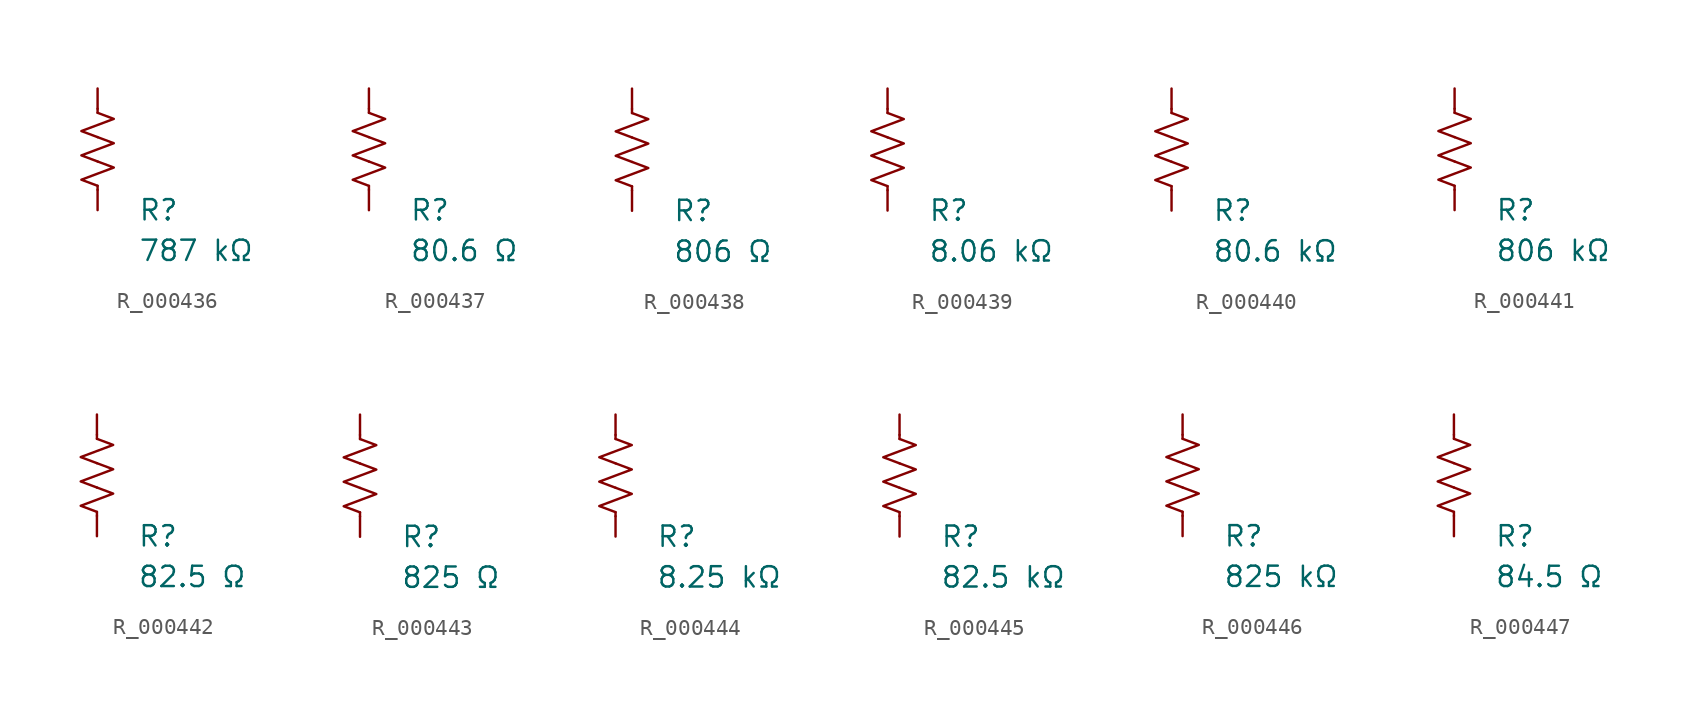
<source format=kicad_sym>
(kicad_symbol_lib
  (version 20231120)
  (generator "kicad_symbol_editor")
  (generator_version "8.0")
  (symbol "R_000436"
    (pin_numbers hide)
    (pin_names
      (offset 0))
    (property "Reference" "R"
      (at 2.54 -3.81 0)
      (effects (font (size 1.27 1.27)) (justify left))
      (show_name no))
    (property "Value" "787 kΩ"
      (at 2.54 -6.35 0)
      (effects (font (size 1.27 1.27)) (justify left))
      (show_name no))
    (symbol "R_000436_0_1"
      (polyline (pts (xy 0 -2.286) (xy 0 -2.54)) (stroke (width 0) (type default)) (fill (type none)))
      (polyline (pts (xy 0 2.286) (xy 0 2.54)) (stroke (width 0) (type default)) (fill (type none)))
      (polyline (pts (xy 0 -0.762) (xy 1.016 -1.143) (xy 0 -1.524) (xy -1.016 -1.905) (xy 0 -2.286)) (stroke (width 0) (type default)) (fill (type none)))
      (polyline (pts (xy 0 0.762) (xy 1.016 0.381) (xy 0 0) (xy -1.016 -0.381) (xy 0 -0.762)) (stroke (width 0) (type default)) (fill (type none)))
      (polyline (pts (xy 0 2.286) (xy 1.016 1.905) (xy 0 1.524) (xy -1.016 1.143) (xy 0 0.762)) (stroke (width 0) (type default)) (fill (type none))))
    (symbol "R_000436_1_1"
      (pin passive line (at 0 3.81 270) (length 1.27) (name "~" (effects (font (size 1.27 1.27)))) (number "1" (effects (font (size 1.27 1.27)))))
      (pin passive line (at 0 -3.81 90) (length 1.27) (name "~" (effects (font (size 1.27 1.27)))) (number "2" (effects (font (size 1.27 1.27)))))))
  (symbol "R_000437"
    (pin_numbers hide)
    (pin_names
      (offset 0))
    (property "Reference" "R"
      (at 2.54 -3.81 0)
      (effects (font (size 1.27 1.27)) (justify left))
      (show_name no))
    (property "Value" "80.6 Ω"
      (at 2.54 -6.35 0)
      (effects (font (size 1.27 1.27)) (justify left))
      (show_name no))
    (symbol "R_000437_0_1"
      (polyline (pts (xy 0 -2.286) (xy 0 -2.54)) (stroke (width 0) (type default)) (fill (type none)))
      (polyline (pts (xy 0 2.286) (xy 0 2.54)) (stroke (width 0) (type default)) (fill (type none)))
      (polyline (pts (xy 0 -0.762) (xy 1.016 -1.143) (xy 0 -1.524) (xy -1.016 -1.905) (xy 0 -2.286)) (stroke (width 0) (type default)) (fill (type none)))
      (polyline (pts (xy 0 0.762) (xy 1.016 0.381) (xy 0 0) (xy -1.016 -0.381) (xy 0 -0.762)) (stroke (width 0) (type default)) (fill (type none)))
      (polyline (pts (xy 0 2.286) (xy 1.016 1.905) (xy 0 1.524) (xy -1.016 1.143) (xy 0 0.762)) (stroke (width 0) (type default)) (fill (type none))))
    (symbol "R_000437_1_1"
      (pin passive line (at 0 3.81 270) (length 1.27) (name "~" (effects (font (size 1.27 1.27)))) (number "1" (effects (font (size 1.27 1.27)))))
      (pin passive line (at 0 -3.81 90) (length 1.27) (name "~" (effects (font (size 1.27 1.27)))) (number "2" (effects (font (size 1.27 1.27)))))))
  (symbol "R_000438"
    (pin_numbers hide)
    (pin_names
      (offset 0))
    (property "Reference" "R"
      (at 2.54 -3.81 0)
      (effects (font (size 1.27 1.27)) (justify left))
      (show_name no))
    (property "Value" "806 Ω"
      (at 2.54 -6.35 0)
      (effects (font (size 1.27 1.27)) (justify left))
      (show_name no))
    (symbol "R_000438_0_1"
      (polyline (pts (xy 0 -2.286) (xy 0 -2.54)) (stroke (width 0) (type default)) (fill (type none)))
      (polyline (pts (xy 0 2.286) (xy 0 2.54)) (stroke (width 0) (type default)) (fill (type none)))
      (polyline (pts (xy 0 -0.762) (xy 1.016 -1.143) (xy 0 -1.524) (xy -1.016 -1.905) (xy 0 -2.286)) (stroke (width 0) (type default)) (fill (type none)))
      (polyline (pts (xy 0 0.762) (xy 1.016 0.381) (xy 0 0) (xy -1.016 -0.381) (xy 0 -0.762)) (stroke (width 0) (type default)) (fill (type none)))
      (polyline (pts (xy 0 2.286) (xy 1.016 1.905) (xy 0 1.524) (xy -1.016 1.143) (xy 0 0.762)) (stroke (width 0) (type default)) (fill (type none))))
    (symbol "R_000438_1_1"
      (pin passive line (at 0 3.81 270) (length 1.27) (name "~" (effects (font (size 1.27 1.27)))) (number "1" (effects (font (size 1.27 1.27)))))
      (pin passive line (at 0 -3.81 90) (length 1.27) (name "~" (effects (font (size 1.27 1.27)))) (number "2" (effects (font (size 1.27 1.27)))))))
  (symbol "R_000439"
    (pin_numbers hide)
    (pin_names
      (offset 0))
    (property "Reference" "R"
      (at 2.54 -3.81 0)
      (effects (font (size 1.27 1.27)) (justify left))
      (show_name no))
    (property "Value" "8.06 kΩ"
      (at 2.54 -6.35 0)
      (effects (font (size 1.27 1.27)) (justify left))
      (show_name no))
    (symbol "R_000439_0_1"
      (polyline (pts (xy 0 -2.286) (xy 0 -2.54)) (stroke (width 0) (type default)) (fill (type none)))
      (polyline (pts (xy 0 2.286) (xy 0 2.54)) (stroke (width 0) (type default)) (fill (type none)))
      (polyline (pts (xy 0 -0.762) (xy 1.016 -1.143) (xy 0 -1.524) (xy -1.016 -1.905) (xy 0 -2.286)) (stroke (width 0) (type default)) (fill (type none)))
      (polyline (pts (xy 0 0.762) (xy 1.016 0.381) (xy 0 0) (xy -1.016 -0.381) (xy 0 -0.762)) (stroke (width 0) (type default)) (fill (type none)))
      (polyline (pts (xy 0 2.286) (xy 1.016 1.905) (xy 0 1.524) (xy -1.016 1.143) (xy 0 0.762)) (stroke (width 0) (type default)) (fill (type none))))
    (symbol "R_000439_1_1"
      (pin passive line (at 0 3.81 270) (length 1.27) (name "~" (effects (font (size 1.27 1.27)))) (number "1" (effects (font (size 1.27 1.27)))))
      (pin passive line (at 0 -3.81 90) (length 1.27) (name "~" (effects (font (size 1.27 1.27)))) (number "2" (effects (font (size 1.27 1.27)))))))
  (symbol "R_000440"
    (pin_numbers hide)
    (pin_names
      (offset 0))
    (property "Reference" "R"
      (at 2.54 -3.81 0)
      (effects (font (size 1.27 1.27)) (justify left))
      (show_name no))
    (property "Value" "80.6 kΩ"
      (at 2.54 -6.35 0)
      (effects (font (size 1.27 1.27)) (justify left))
      (show_name no))
    (symbol "R_000440_0_1"
      (polyline (pts (xy 0 -2.286) (xy 0 -2.54)) (stroke (width 0) (type default)) (fill (type none)))
      (polyline (pts (xy 0 2.286) (xy 0 2.54)) (stroke (width 0) (type default)) (fill (type none)))
      (polyline (pts (xy 0 -0.762) (xy 1.016 -1.143) (xy 0 -1.524) (xy -1.016 -1.905) (xy 0 -2.286)) (stroke (width 0) (type default)) (fill (type none)))
      (polyline (pts (xy 0 0.762) (xy 1.016 0.381) (xy 0 0) (xy -1.016 -0.381) (xy 0 -0.762)) (stroke (width 0) (type default)) (fill (type none)))
      (polyline (pts (xy 0 2.286) (xy 1.016 1.905) (xy 0 1.524) (xy -1.016 1.143) (xy 0 0.762)) (stroke (width 0) (type default)) (fill (type none))))
    (symbol "R_000440_1_1"
      (pin passive line (at 0 3.81 270) (length 1.27) (name "~" (effects (font (size 1.27 1.27)))) (number "1" (effects (font (size 1.27 1.27)))))
      (pin passive line (at 0 -3.81 90) (length 1.27) (name "~" (effects (font (size 1.27 1.27)))) (number "2" (effects (font (size 1.27 1.27)))))))
  (symbol "R_000441"
    (pin_numbers hide)
    (pin_names
      (offset 0))
    (property "Reference" "R"
      (at 2.54 -3.81 0)
      (effects (font (size 1.27 1.27)) (justify left))
      (show_name no))
    (property "Value" "806 kΩ"
      (at 2.54 -6.35 0)
      (effects (font (size 1.27 1.27)) (justify left))
      (show_name no))
    (symbol "R_000441_0_1"
      (polyline (pts (xy 0 -2.286) (xy 0 -2.54)) (stroke (width 0) (type default)) (fill (type none)))
      (polyline (pts (xy 0 2.286) (xy 0 2.54)) (stroke (width 0) (type default)) (fill (type none)))
      (polyline (pts (xy 0 -0.762) (xy 1.016 -1.143) (xy 0 -1.524) (xy -1.016 -1.905) (xy 0 -2.286)) (stroke (width 0) (type default)) (fill (type none)))
      (polyline (pts (xy 0 0.762) (xy 1.016 0.381) (xy 0 0) (xy -1.016 -0.381) (xy 0 -0.762)) (stroke (width 0) (type default)) (fill (type none)))
      (polyline (pts (xy 0 2.286) (xy 1.016 1.905) (xy 0 1.524) (xy -1.016 1.143) (xy 0 0.762)) (stroke (width 0) (type default)) (fill (type none))))
    (symbol "R_000441_1_1"
      (pin passive line (at 0 3.81 270) (length 1.27) (name "~" (effects (font (size 1.27 1.27)))) (number "1" (effects (font (size 1.27 1.27)))))
      (pin passive line (at 0 -3.81 90) (length 1.27) (name "~" (effects (font (size 1.27 1.27)))) (number "2" (effects (font (size 1.27 1.27)))))))
  (symbol "R_000442"
    (pin_numbers hide)
    (pin_names
      (offset 0))
    (property "Reference" "R"
      (at 2.54 -3.81 0)
      (effects (font (size 1.27 1.27)) (justify left))
      (show_name no))
    (property "Value" "82.5 Ω"
      (at 2.54 -6.35 0)
      (effects (font (size 1.27 1.27)) (justify left))
      (show_name no))
    (symbol "R_000442_0_1"
      (polyline (pts (xy 0 -2.286) (xy 0 -2.54)) (stroke (width 0) (type default)) (fill (type none)))
      (polyline (pts (xy 0 2.286) (xy 0 2.54)) (stroke (width 0) (type default)) (fill (type none)))
      (polyline (pts (xy 0 -0.762) (xy 1.016 -1.143) (xy 0 -1.524) (xy -1.016 -1.905) (xy 0 -2.286)) (stroke (width 0) (type default)) (fill (type none)))
      (polyline (pts (xy 0 0.762) (xy 1.016 0.381) (xy 0 0) (xy -1.016 -0.381) (xy 0 -0.762)) (stroke (width 0) (type default)) (fill (type none)))
      (polyline (pts (xy 0 2.286) (xy 1.016 1.905) (xy 0 1.524) (xy -1.016 1.143) (xy 0 0.762)) (stroke (width 0) (type default)) (fill (type none))))
    (symbol "R_000442_1_1"
      (pin passive line (at 0 3.81 270) (length 1.27) (name "~" (effects (font (size 1.27 1.27)))) (number "1" (effects (font (size 1.27 1.27)))))
      (pin passive line (at 0 -3.81 90) (length 1.27) (name "~" (effects (font (size 1.27 1.27)))) (number "2" (effects (font (size 1.27 1.27)))))))
  (symbol "R_000443"
    (pin_numbers hide)
    (pin_names
      (offset 0))
    (property "Reference" "R"
      (at 2.54 -3.81 0)
      (effects (font (size 1.27 1.27)) (justify left))
      (show_name no))
    (property "Value" "825 Ω"
      (at 2.54 -6.35 0)
      (effects (font (size 1.27 1.27)) (justify left))
      (show_name no))
    (symbol "R_000443_0_1"
      (polyline (pts (xy 0 -2.286) (xy 0 -2.54)) (stroke (width 0) (type default)) (fill (type none)))
      (polyline (pts (xy 0 2.286) (xy 0 2.54)) (stroke (width 0) (type default)) (fill (type none)))
      (polyline (pts (xy 0 -0.762) (xy 1.016 -1.143) (xy 0 -1.524) (xy -1.016 -1.905) (xy 0 -2.286)) (stroke (width 0) (type default)) (fill (type none)))
      (polyline (pts (xy 0 0.762) (xy 1.016 0.381) (xy 0 0) (xy -1.016 -0.381) (xy 0 -0.762)) (stroke (width 0) (type default)) (fill (type none)))
      (polyline (pts (xy 0 2.286) (xy 1.016 1.905) (xy 0 1.524) (xy -1.016 1.143) (xy 0 0.762)) (stroke (width 0) (type default)) (fill (type none))))
    (symbol "R_000443_1_1"
      (pin passive line (at 0 3.81 270) (length 1.27) (name "~" (effects (font (size 1.27 1.27)))) (number "1" (effects (font (size 1.27 1.27)))))
      (pin passive line (at 0 -3.81 90) (length 1.27) (name "~" (effects (font (size 1.27 1.27)))) (number "2" (effects (font (size 1.27 1.27)))))))
  (symbol "R_000444"
    (pin_numbers hide)
    (pin_names
      (offset 0))
    (property "Reference" "R"
      (at 2.54 -3.81 0)
      (effects (font (size 1.27 1.27)) (justify left))
      (show_name no))
    (property "Value" "8.25 kΩ"
      (at 2.54 -6.35 0)
      (effects (font (size 1.27 1.27)) (justify left))
      (show_name no))
    (symbol "R_000444_0_1"
      (polyline (pts (xy 0 -2.286) (xy 0 -2.54)) (stroke (width 0) (type default)) (fill (type none)))
      (polyline (pts (xy 0 2.286) (xy 0 2.54)) (stroke (width 0) (type default)) (fill (type none)))
      (polyline (pts (xy 0 -0.762) (xy 1.016 -1.143) (xy 0 -1.524) (xy -1.016 -1.905) (xy 0 -2.286)) (stroke (width 0) (type default)) (fill (type none)))
      (polyline (pts (xy 0 0.762) (xy 1.016 0.381) (xy 0 0) (xy -1.016 -0.381) (xy 0 -0.762)) (stroke (width 0) (type default)) (fill (type none)))
      (polyline (pts (xy 0 2.286) (xy 1.016 1.905) (xy 0 1.524) (xy -1.016 1.143) (xy 0 0.762)) (stroke (width 0) (type default)) (fill (type none))))
    (symbol "R_000444_1_1"
      (pin passive line (at 0 3.81 270) (length 1.27) (name "~" (effects (font (size 1.27 1.27)))) (number "1" (effects (font (size 1.27 1.27)))))
      (pin passive line (at 0 -3.81 90) (length 1.27) (name "~" (effects (font (size 1.27 1.27)))) (number "2" (effects (font (size 1.27 1.27)))))))
  (symbol "R_000445"
    (pin_numbers hide)
    (pin_names
      (offset 0))
    (property "Reference" "R"
      (at 2.54 -3.81 0)
      (effects (font (size 1.27 1.27)) (justify left))
      (show_name no))
    (property "Value" "82.5 kΩ"
      (at 2.54 -6.35 0)
      (effects (font (size 1.27 1.27)) (justify left))
      (show_name no))
    (symbol "R_000445_0_1"
      (polyline (pts (xy 0 -2.286) (xy 0 -2.54)) (stroke (width 0) (type default)) (fill (type none)))
      (polyline (pts (xy 0 2.286) (xy 0 2.54)) (stroke (width 0) (type default)) (fill (type none)))
      (polyline (pts (xy 0 -0.762) (xy 1.016 -1.143) (xy 0 -1.524) (xy -1.016 -1.905) (xy 0 -2.286)) (stroke (width 0) (type default)) (fill (type none)))
      (polyline (pts (xy 0 0.762) (xy 1.016 0.381) (xy 0 0) (xy -1.016 -0.381) (xy 0 -0.762)) (stroke (width 0) (type default)) (fill (type none)))
      (polyline (pts (xy 0 2.286) (xy 1.016 1.905) (xy 0 1.524) (xy -1.016 1.143) (xy 0 0.762)) (stroke (width 0) (type default)) (fill (type none))))
    (symbol "R_000445_1_1"
      (pin passive line (at 0 3.81 270) (length 1.27) (name "~" (effects (font (size 1.27 1.27)))) (number "1" (effects (font (size 1.27 1.27)))))
      (pin passive line (at 0 -3.81 90) (length 1.27) (name "~" (effects (font (size 1.27 1.27)))) (number "2" (effects (font (size 1.27 1.27)))))))
  (symbol "R_000446"
    (pin_numbers hide)
    (pin_names
      (offset 0))
    (property "Reference" "R"
      (at 2.54 -3.81 0)
      (effects (font (size 1.27 1.27)) (justify left))
      (show_name no))
    (property "Value" "825 kΩ"
      (at 2.54 -6.35 0)
      (effects (font (size 1.27 1.27)) (justify left))
      (show_name no))
    (symbol "R_000446_0_1"
      (polyline (pts (xy 0 -2.286) (xy 0 -2.54)) (stroke (width 0) (type default)) (fill (type none)))
      (polyline (pts (xy 0 2.286) (xy 0 2.54)) (stroke (width 0) (type default)) (fill (type none)))
      (polyline (pts (xy 0 -0.762) (xy 1.016 -1.143) (xy 0 -1.524) (xy -1.016 -1.905) (xy 0 -2.286)) (stroke (width 0) (type default)) (fill (type none)))
      (polyline (pts (xy 0 0.762) (xy 1.016 0.381) (xy 0 0) (xy -1.016 -0.381) (xy 0 -0.762)) (stroke (width 0) (type default)) (fill (type none)))
      (polyline (pts (xy 0 2.286) (xy 1.016 1.905) (xy 0 1.524) (xy -1.016 1.143) (xy 0 0.762)) (stroke (width 0) (type default)) (fill (type none))))
    (symbol "R_000446_1_1"
      (pin passive line (at 0 3.81 270) (length 1.27) (name "~" (effects (font (size 1.27 1.27)))) (number "1" (effects (font (size 1.27 1.27)))))
      (pin passive line (at 0 -3.81 90) (length 1.27) (name "~" (effects (font (size 1.27 1.27)))) (number "2" (effects (font (size 1.27 1.27)))))))
  (symbol "R_000447"
    (pin_numbers hide)
    (pin_names
      (offset 0))
    (property "Reference" "R"
      (at 2.54 -3.81 0)
      (effects (font (size 1.27 1.27)) (justify left))
      (show_name no))
    (property "Value" "84.5 Ω"
      (at 2.54 -6.35 0)
      (effects (font (size 1.27 1.27)) (justify left))
      (show_name no))
    (symbol "R_000447_0_1"
      (polyline (pts (xy 0 -2.286) (xy 0 -2.54)) (stroke (width 0) (type default)) (fill (type none)))
      (polyline (pts (xy 0 2.286) (xy 0 2.54)) (stroke (width 0) (type default)) (fill (type none)))
      (polyline (pts (xy 0 -0.762) (xy 1.016 -1.143) (xy 0 -1.524) (xy -1.016 -1.905) (xy 0 -2.286)) (stroke (width 0) (type default)) (fill (type none)))
      (polyline (pts (xy 0 0.762) (xy 1.016 0.381) (xy 0 0) (xy -1.016 -0.381) (xy 0 -0.762)) (stroke (width 0) (type default)) (fill (type none)))
      (polyline (pts (xy 0 2.286) (xy 1.016 1.905) (xy 0 1.524) (xy -1.016 1.143) (xy 0 0.762)) (stroke (width 0) (type default)) (fill (type none))))
    (symbol "R_000447_1_1"
      (pin passive line (at 0 3.81 270) (length 1.27) (name "~" (effects (font (size 1.27 1.27)))) (number "1" (effects (font (size 1.27 1.27)))))
      (pin passive line (at 0 -3.81 90) (length 1.27) (name "~" (effects (font (size 1.27 1.27)))) (number "2" (effects (font (size 1.27 1.27))))))))
</source>
